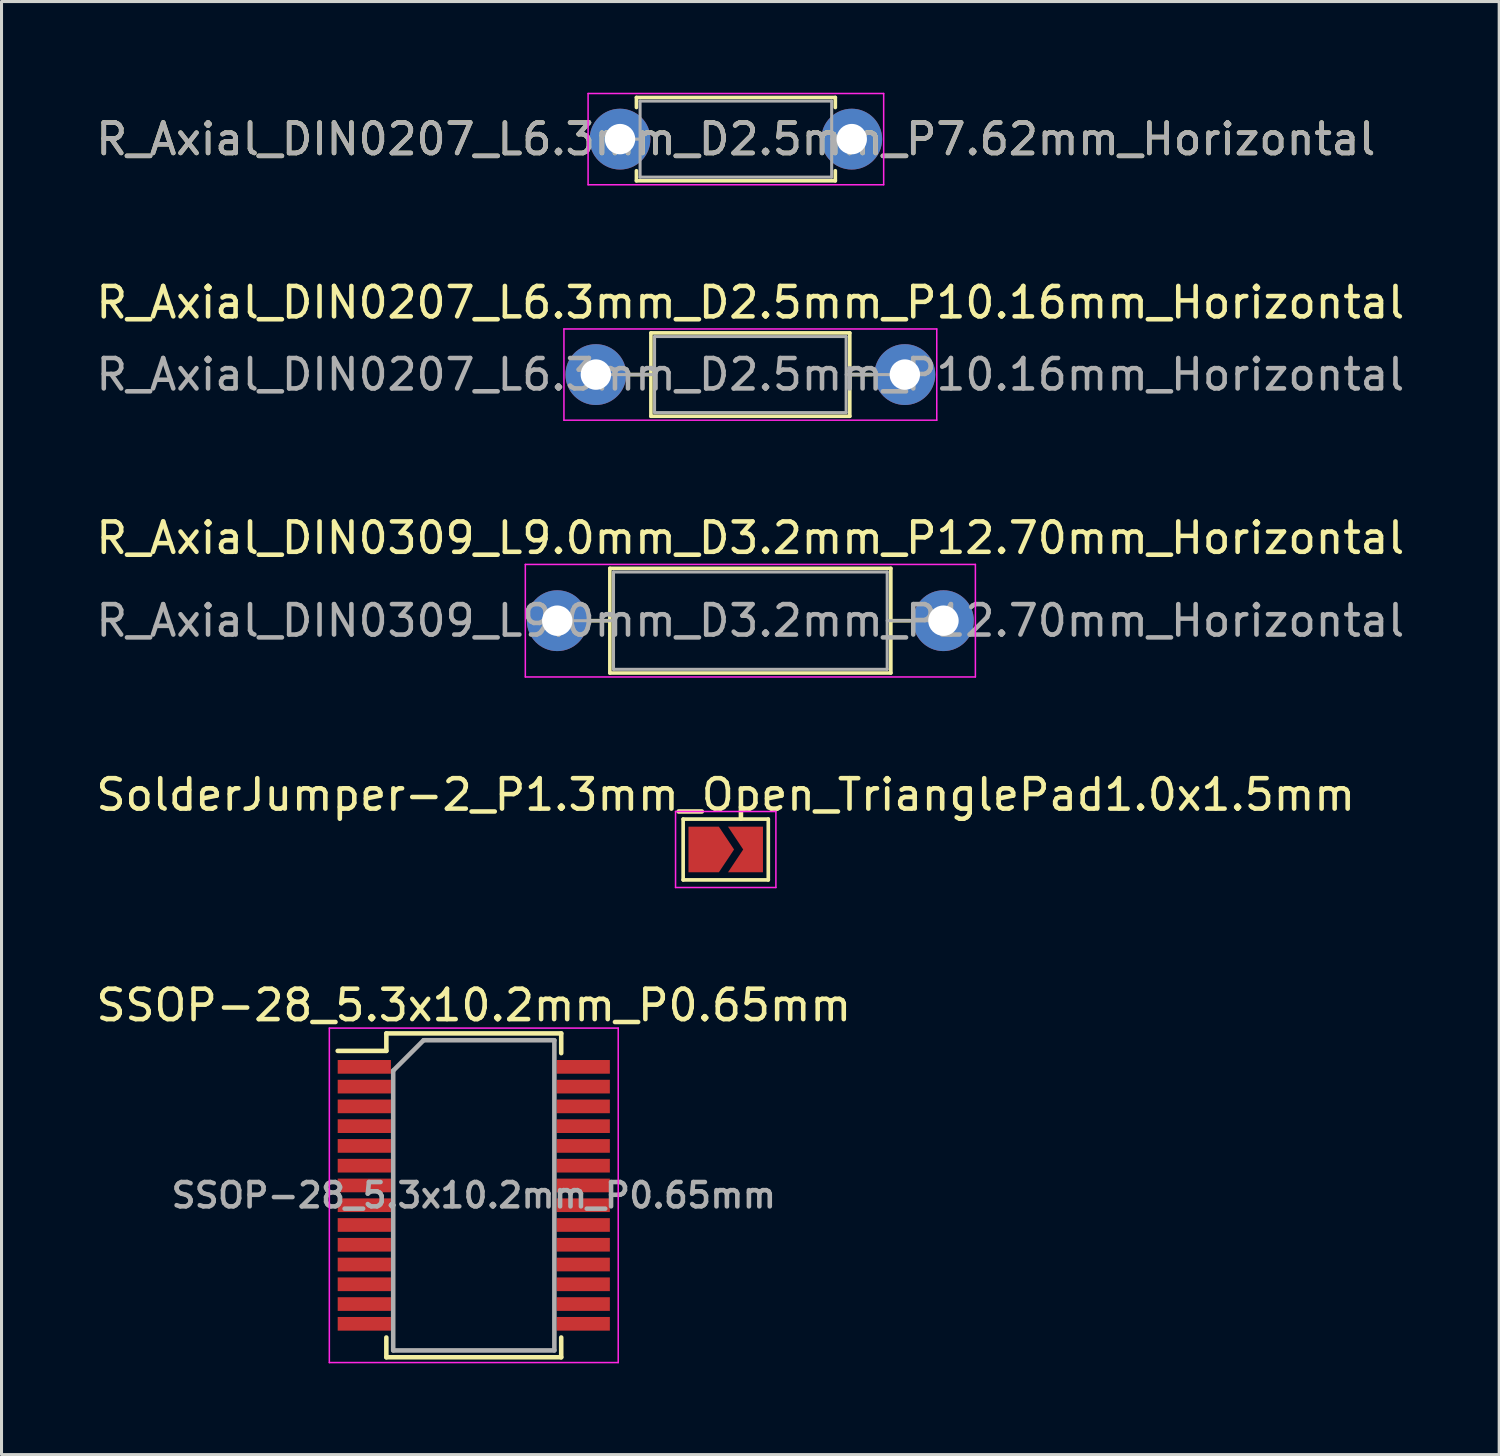
<source format=kicad_pcb>
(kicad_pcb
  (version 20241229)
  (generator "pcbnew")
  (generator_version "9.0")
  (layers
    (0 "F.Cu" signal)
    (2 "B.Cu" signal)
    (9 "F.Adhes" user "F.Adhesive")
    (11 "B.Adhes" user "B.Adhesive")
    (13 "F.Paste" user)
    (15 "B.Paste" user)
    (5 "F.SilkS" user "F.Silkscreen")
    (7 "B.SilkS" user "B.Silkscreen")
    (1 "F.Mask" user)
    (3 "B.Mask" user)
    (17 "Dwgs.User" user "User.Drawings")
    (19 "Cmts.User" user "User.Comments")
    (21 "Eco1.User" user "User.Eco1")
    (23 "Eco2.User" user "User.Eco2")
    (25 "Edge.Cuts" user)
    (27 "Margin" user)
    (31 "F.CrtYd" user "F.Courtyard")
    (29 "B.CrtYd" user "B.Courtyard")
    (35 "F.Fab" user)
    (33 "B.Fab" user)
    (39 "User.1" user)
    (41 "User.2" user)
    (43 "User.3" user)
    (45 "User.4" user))
  (footprint "R_Axial_DIN0309_L9.0mm_D3.2mm_P12.70mm_Horizontal"
    (layer "F.Cu")
    (at 15.275 17.361)
    (property "Reference" "R_Axial_DIN0309_L9.0mm_D3.2mm_P12.70mm_Horizontal" (at 6.35 -2.72 0) (layer "F.SilkS") (effects (font (size 1 1) (thickness 0.15))))
    (attr through_hole)
    (fp_line (start 1.1 0) (end 1.73 0) (stroke (width 0.12) (type solid)) (layer "F.SilkS"))
    (fp_line (start 1.73 -1.72) (end 1.73 1.72) (stroke (width 0.12) (type solid)) (layer "F.SilkS"))
    (fp_line (start 1.73 1.72) (end 10.97 1.72) (stroke (width 0.12) (type solid)) (layer "F.SilkS"))
    (fp_line (start 10.97 -1.72) (end 1.73 -1.72) (stroke (width 0.12) (type solid)) (layer "F.SilkS"))
    (fp_line (start 10.97 1.72) (end 10.97 -1.72) (stroke (width 0.12) (type solid)) (layer "F.SilkS"))
    (fp_line (start 11.6 0) (end 10.97 0) (stroke (width 0.12) (type solid)) (layer "F.SilkS"))
    (fp_line (start -1.05 -1.85) (end -1.05 1.85) (stroke (width 0.05) (type solid)) (layer "F.CrtYd"))
    (fp_line (start -1.05 1.85) (end 13.75 1.85) (stroke (width 0.05) (type solid)) (layer "F.CrtYd"))
    (fp_line (start 13.75 -1.85) (end -1.05 -1.85) (stroke (width 0.05) (type solid)) (layer "F.CrtYd"))
    (fp_line (start 13.75 1.85) (end 13.75 -1.85) (stroke (width 0.05) (type solid)) (layer "F.CrtYd"))
    (fp_line (start 0 0) (end 1.85 0) (stroke (width 0.1) (type solid)) (layer "F.Fab"))
    (fp_line (start 1.85 -1.6) (end 1.85 1.6) (stroke (width 0.1) (type solid)) (layer "F.Fab"))
    (fp_line (start 1.85 1.6) (end 10.85 1.6) (stroke (width 0.1) (type solid)) (layer "F.Fab"))
    (fp_line (start 10.85 -1.6) (end 1.85 -1.6) (stroke (width 0.1) (type solid)) (layer "F.Fab"))
    (fp_line (start 10.85 1.6) (end 10.85 -1.6) (stroke (width 0.1) (type solid)) (layer "F.Fab"))
    (fp_line (start 12.7 0) (end 10.85 0) (stroke (width 0.1) (type solid)) (layer "F.Fab"))
    (fp_text user "${REFERENCE}" (at 6.35 0 0) (layer "F.Fab") (effects (font (size 1 1) (thickness 0.15))))
    (pad "1" thru_hole circle (at 0 0) (size 2 2) (drill 1) (layers "*.Cu" "*.Mask"))
    (pad "2" thru_hole oval (at 12.7 0) (size 2 2) (drill 1) (layers "*.Cu" "*.Mask")))
  (footprint "R_Axial_DIN0207_L6.3mm_D2.5mm_P7.62mm_Horizontal"
    (layer "F.Cu")
    (at 17.339 1.525)
    (property "Reference" "R_Axial_DIN0207_L6.3mm_D2.5mm_P7.62mm_Horizontal" (at 3.81 0 0) (layer "F.SilkS") (effects (font (size 1 1) (thickness 0.15))))
    (attr through_hole)
    (fp_line (start 0.54 -1.37) (end 7.08 -1.37) (stroke (width 0.12) (type solid)) (layer "F.SilkS"))
    (fp_line (start 0.54 -1.04) (end 0.54 -1.37) (stroke (width 0.12) (type solid)) (layer "F.SilkS"))
    (fp_line (start 0.54 1.04) (end 0.54 1.37) (stroke (width 0.12) (type solid)) (layer "F.SilkS"))
    (fp_line (start 0.54 1.37) (end 7.08 1.37) (stroke (width 0.12) (type solid)) (layer "F.SilkS"))
    (fp_line (start 7.08 -1.37) (end 7.08 -1.04) (stroke (width 0.12) (type solid)) (layer "F.SilkS"))
    (fp_line (start 7.08 1.37) (end 7.08 1.04) (stroke (width 0.12) (type solid)) (layer "F.SilkS"))
    (fp_line (start -1.05 -1.5) (end -1.05 1.5) (stroke (width 0.05) (type solid)) (layer "F.CrtYd"))
    (fp_line (start -1.05 1.5) (end 8.67 1.5) (stroke (width 0.05) (type solid)) (layer "F.CrtYd"))
    (fp_line (start 8.67 -1.5) (end -1.05 -1.5) (stroke (width 0.05) (type solid)) (layer "F.CrtYd"))
    (fp_line (start 8.67 1.5) (end 8.67 -1.5) (stroke (width 0.05) (type solid)) (layer "F.CrtYd"))
    (fp_line (start 0 0) (end 0.66 0) (stroke (width 0.1) (type solid)) (layer "F.Fab"))
    (fp_line (start 0.66 -1.25) (end 0.66 1.25) (stroke (width 0.1) (type solid)) (layer "F.Fab"))
    (fp_line (start 0.66 1.25) (end 6.96 1.25) (stroke (width 0.1) (type solid)) (layer "F.Fab"))
    (fp_line (start 6.96 -1.25) (end 0.66 -1.25) (stroke (width 0.1) (type solid)) (layer "F.Fab"))
    (fp_line (start 6.96 1.25) (end 6.96 -1.25) (stroke (width 0.1) (type solid)) (layer "F.Fab"))
    (fp_line (start 7.62 0) (end 6.96 0) (stroke (width 0.1) (type solid)) (layer "F.Fab"))
    (fp_text user "${REFERENCE}" (at 3.81 0 0) (layer "F.Fab") (effects (font (size 1 1) (thickness 0.15))))
    (pad "1" thru_hole circle (at 0 0) (size 2 2) (drill 1) (layers "*.Cu" "*.Mask"))
    (pad "2" thru_hole oval (at 7.62 0) (size 2 2) (drill 1) (layers "*.Cu" "*.Mask")))
  (footprint "SolderJumper-2_P1.3mm_Open_TrianglePad1.0x1.5mm"
    (layer "F.Cu")
    (at 20.815 24.885)
    (property "Reference" "SolderJumper-2_P1.3mm_Open_TrianglePad1.0x1.5mm" (at 0 -1.8 0) (layer "F.SilkS") (effects (font (size 1 1) (thickness 0.15))))
    (attr exclude_from_pos_files exclude_from_bom)
    (fp_line (start -1.4 -1) (end 1.4 -1) (stroke (width 0.12) (type solid)) (layer "F.SilkS"))
    (fp_line (start -1.4 1) (end -1.4 -1) (stroke (width 0.12) (type solid)) (layer "F.SilkS"))
    (fp_line (start 1.4 -1) (end 1.4 1) (stroke (width 0.12) (type solid)) (layer "F.SilkS"))
    (fp_line (start 1.4 1) (end -1.4 1) (stroke (width 0.12) (type solid)) (layer "F.SilkS"))
    (fp_line (start -1.65 -1.25) (end -1.65 1.25) (stroke (width 0.05) (type solid)) (layer "F.CrtYd"))
    (fp_line (start -1.65 -1.25) (end 1.65 -1.25) (stroke (width 0.05) (type solid)) (layer "F.CrtYd"))
    (fp_line (start 1.65 1.25) (end -1.65 1.25) (stroke (width 0.05) (type solid)) (layer "F.CrtYd"))
    (fp_line (start 1.65 1.25) (end 1.65 -1.25) (stroke (width 0.05) (type solid)) (layer "F.CrtYd"))
    (pad "1" smd custom (at -0.725 0) (size 0.3 0.3) (layers "F.Cu" "F.Mask") (options (anchor rect)) (primitives (gr_poly (pts (xy 1 0) (xy 0.5 0.75) (xy -0.5 0.75) (xy -0.5 -0.75) (xy 0.5 -0.75)) (width 0) (fill yes))))
    (pad "2" smd custom (at 0.725 0) (size 0.3 0.3) (layers "F.Cu" "F.Mask") (options (anchor rect)) (primitives (gr_poly (pts (xy 0.5 0.75) (xy -0.65 0.75) (xy -0.15 0) (xy -0.65 -0.75) (xy 0.5 -0.75)) (width 0) (fill yes)))))
  (footprint "R_Axial_DIN0207_L6.3mm_D2.5mm_P10.16mm_Horizontal"
    (layer "F.Cu")
    (at 16.545 9.268)
    (property "Reference" "R_Axial_DIN0207_L6.3mm_D2.5mm_P10.16mm_Horizontal" (at 5.08 -2.37 0) (layer "F.SilkS") (effects (font (size 1 1) (thickness 0.15))))
    (attr through_hole)
    (fp_line (start 1.075 0) (end 1.81 0) (stroke (width 0.12) (type solid)) (layer "F.SilkS"))
    (fp_line (start 1.81 -1.37) (end 1.81 1.37) (stroke (width 0.12) (type solid)) (layer "F.SilkS"))
    (fp_line (start 1.81 1.37) (end 8.35 1.37) (stroke (width 0.12) (type solid)) (layer "F.SilkS"))
    (fp_line (start 8.35 -1.37) (end 1.81 -1.37) (stroke (width 0.12) (type solid)) (layer "F.SilkS"))
    (fp_line (start 8.35 1.37) (end 8.35 -1.37) (stroke (width 0.12) (type solid)) (layer "F.SilkS"))
    (fp_line (start 9.075 0) (end 8.35 0) (stroke (width 0.12) (type solid)) (layer "F.SilkS"))
    (fp_line (start -1.05 -1.5) (end -1.05 1.5) (stroke (width 0.05) (type solid)) (layer "F.CrtYd"))
    (fp_line (start -1.05 1.5) (end 11.21 1.5) (stroke (width 0.05) (type solid)) (layer "F.CrtYd"))
    (fp_line (start 11.21 -1.5) (end -1.05 -1.5) (stroke (width 0.05) (type solid)) (layer "F.CrtYd"))
    (fp_line (start 11.21 1.5) (end 11.21 -1.5) (stroke (width 0.05) (type solid)) (layer "F.CrtYd"))
    (fp_line (start 0 0) (end 1.93 0) (stroke (width 0.1) (type solid)) (layer "F.Fab"))
    (fp_line (start 1.93 -1.25) (end 1.93 1.25) (stroke (width 0.1) (type solid)) (layer "F.Fab"))
    (fp_line (start 1.93 1.25) (end 8.23 1.25) (stroke (width 0.1) (type solid)) (layer "F.Fab"))
    (fp_line (start 8.23 -1.25) (end 1.93 -1.25) (stroke (width 0.1) (type solid)) (layer "F.Fab"))
    (fp_line (start 8.23 1.25) (end 8.23 -1.25) (stroke (width 0.1) (type solid)) (layer "F.Fab"))
    (fp_line (start 10.16 0) (end 8.23 0) (stroke (width 0.1) (type solid)) (layer "F.Fab"))
    (fp_text user "${REFERENCE}" (at 5.08 0 0) (layer "F.Fab") (effects (font (size 1 1) (thickness 0.15))))
    (pad "1" thru_hole circle (at 0 0) (size 2 2) (drill 1) (layers "*.Cu" "*.Mask"))
    (pad "2" thru_hole oval (at 10.16 0) (size 2 2) (drill 1) (layers "*.Cu" "*.Mask")))
  (footprint "SSOP-28_5.3x10.2mm_P0.65mm"
    (layer "F.Cu")
    (at 12.53 36.258)
    (property "Reference" "SSOP-28_5.3x10.2mm_P0.65mm" (at 0 -6.25 0) (layer "F.SilkS") (effects (font (size 1 1) (thickness 0.15))))
    (attr smd)
    (fp_line (start -2.875 -5.325) (end -2.875 -4.75) (stroke (width 0.15) (type solid)) (layer "F.SilkS"))
    (fp_line (start -2.875 -5.325) (end 2.875 -5.325) (stroke (width 0.15) (type solid)) (layer "F.SilkS"))
    (fp_line (start -2.875 -4.75) (end -4.475 -4.75) (stroke (width 0.15) (type solid)) (layer "F.SilkS"))
    (fp_line (start -2.875 5.325) (end -2.875 4.675) (stroke (width 0.15) (type solid)) (layer "F.SilkS"))
    (fp_line (start -2.875 5.325) (end 2.875 5.325) (stroke (width 0.15) (type solid)) (layer "F.SilkS"))
    (fp_line (start 2.875 -5.325) (end 2.875 -4.675) (stroke (width 0.15) (type solid)) (layer "F.SilkS"))
    (fp_line (start 2.875 5.325) (end 2.875 4.675) (stroke (width 0.15) (type solid)) (layer "F.SilkS"))
    (fp_line (start -4.75 -5.5) (end -4.75 5.5) (stroke (width 0.05) (type solid)) (layer "F.CrtYd"))
    (fp_line (start -4.75 -5.5) (end 4.75 -5.5) (stroke (width 0.05) (type solid)) (layer "F.CrtYd"))
    (fp_line (start -4.75 5.5) (end 4.75 5.5) (stroke (width 0.05) (type solid)) (layer "F.CrtYd"))
    (fp_line (start 4.75 -5.5) (end 4.75 5.5) (stroke (width 0.05) (type solid)) (layer "F.CrtYd"))
    (fp_line (start -2.65 -4.1) (end -1.65 -5.1) (stroke (width 0.15) (type solid)) (layer "F.Fab"))
    (fp_line (start -2.65 5.1) (end -2.65 -4.1) (stroke (width 0.15) (type solid)) (layer "F.Fab"))
    (fp_line (start -1.65 -5.1) (end 2.65 -5.1) (stroke (width 0.15) (type solid)) (layer "F.Fab"))
    (fp_line (start 2.65 -5.1) (end 2.65 5.1) (stroke (width 0.15) (type solid)) (layer "F.Fab"))
    (fp_line (start 2.65 5.1) (end -2.65 5.1) (stroke (width 0.15) (type solid)) (layer "F.Fab"))
    (fp_text user "${REFERENCE}" (at 0 0 0) (layer "F.Fab") (effects (font (size 0.8 0.8) (thickness 0.15))))
    (pad "1" smd rect (at -3.6 -4.225) (size 1.75 0.45) (layers "F.Cu" "F.Mask" "F.Paste"))
    (pad "2" smd rect (at -3.6 -3.575) (size 1.75 0.45) (layers "F.Cu" "F.Mask" "F.Paste"))
    (pad "3" smd rect (at -3.6 -2.925) (size 1.75 0.45) (layers "F.Cu" "F.Mask" "F.Paste"))
    (pad "4" smd rect (at -3.6 -2.275) (size 1.75 0.45) (layers "F.Cu" "F.Mask" "F.Paste"))
    (pad "5" smd rect (at -3.6 -1.625) (size 1.75 0.45) (layers "F.Cu" "F.Mask" "F.Paste"))
    (pad "6" smd rect (at -3.6 -0.975) (size 1.75 0.45) (layers "F.Cu" "F.Mask" "F.Paste"))
    (pad "7" smd rect (at -3.6 -0.325) (size 1.75 0.45) (layers "F.Cu" "F.Mask" "F.Paste"))
    (pad "8" smd rect (at -3.6 0.325) (size 1.75 0.45) (layers "F.Cu" "F.Mask" "F.Paste"))
    (pad "9" smd rect (at -3.6 0.975) (size 1.75 0.45) (layers "F.Cu" "F.Mask" "F.Paste"))
    (pad "10" smd rect (at -3.6 1.625) (size 1.75 0.45) (layers "F.Cu" "F.Mask" "F.Paste"))
    (pad "11" smd rect (at -3.6 2.275) (size 1.75 0.45) (layers "F.Cu" "F.Mask" "F.Paste"))
    (pad "12" smd rect (at -3.6 2.925) (size 1.75 0.45) (layers "F.Cu" "F.Mask" "F.Paste"))
    (pad "13" smd rect (at -3.6 3.575) (size 1.75 0.45) (layers "F.Cu" "F.Mask" "F.Paste"))
    (pad "14" smd rect (at -3.6 4.225) (size 1.75 0.45) (layers "F.Cu" "F.Mask" "F.Paste"))
    (pad "15" smd rect (at 3.6 4.225) (size 1.75 0.45) (layers "F.Cu" "F.Mask" "F.Paste"))
    (pad "16" smd rect (at 3.6 3.575) (size 1.75 0.45) (layers "F.Cu" "F.Mask" "F.Paste"))
    (pad "17" smd rect (at 3.6 2.925) (size 1.75 0.45) (layers "F.Cu" "F.Mask" "F.Paste"))
    (pad "18" smd rect (at 3.6 2.275) (size 1.75 0.45) (layers "F.Cu" "F.Mask" "F.Paste"))
    (pad "19" smd rect (at 3.6 1.625) (size 1.75 0.45) (layers "F.Cu" "F.Mask" "F.Paste"))
    (pad "20" smd rect (at 3.6 0.975) (size 1.75 0.45) (layers "F.Cu" "F.Mask" "F.Paste"))
    (pad "21" smd rect (at 3.6 0.325) (size 1.75 0.45) (layers "F.Cu" "F.Mask" "F.Paste"))
    (pad "22" smd rect (at 3.6 -0.325) (size 1.75 0.45) (layers "F.Cu" "F.Mask" "F.Paste"))
    (pad "23" smd rect (at 3.6 -0.975) (size 1.75 0.45) (layers "F.Cu" "F.Mask" "F.Paste"))
    (pad "24" smd rect (at 3.6 -1.625) (size 1.75 0.45) (layers "F.Cu" "F.Mask" "F.Paste"))
    (pad "25" smd rect (at 3.6 -2.275) (size 1.75 0.45) (layers "F.Cu" "F.Mask" "F.Paste"))
    (pad "26" smd rect (at 3.6 -2.925) (size 1.75 0.45) (layers "F.Cu" "F.Mask" "F.Paste"))
    (pad "27" smd rect (at 3.6 -3.575) (size 1.75 0.45) (layers "F.Cu" "F.Mask" "F.Paste"))
    (pad "28" smd rect (at 3.6 -4.225) (size 1.75 0.45) (layers "F.Cu" "F.Mask" "F.Paste")))
  (gr_rect
    (start -3 -3)
    (end 46.25 44.783)
    (stroke (width 0.1) (type default))
    (fill no)
    (layer "Edge.Cuts")))
</source>
